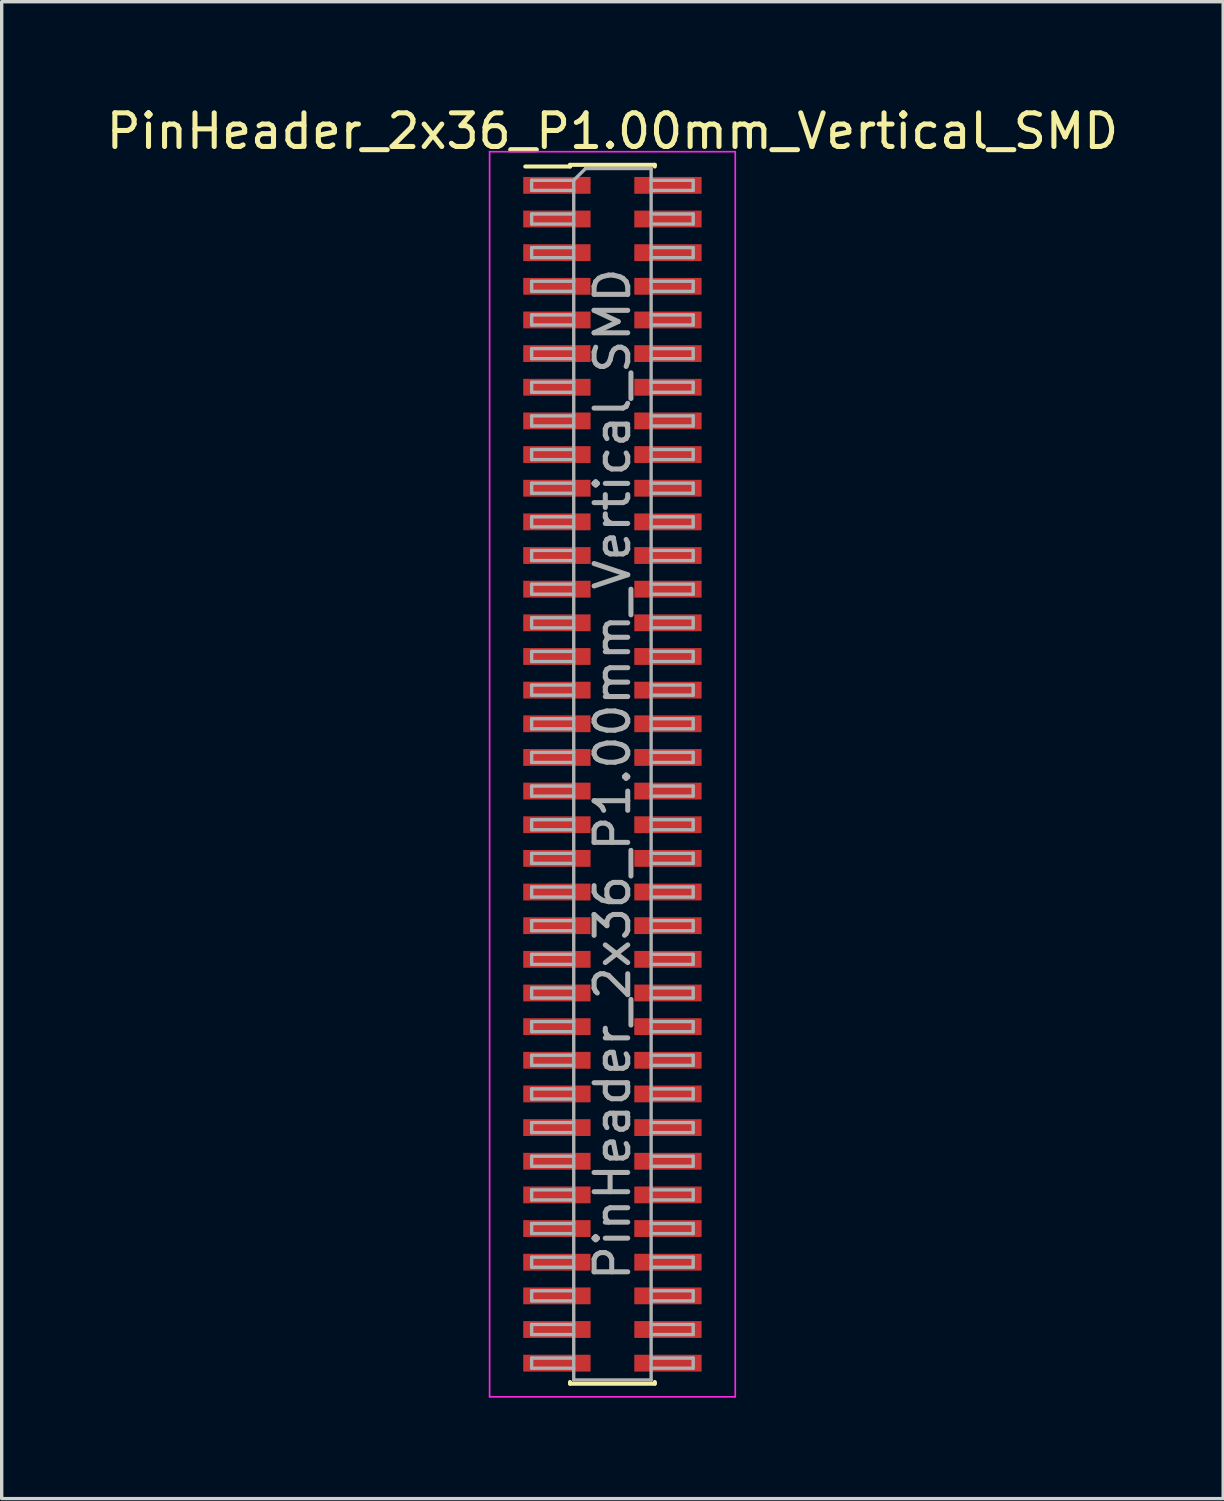
<source format=kicad_pcb>
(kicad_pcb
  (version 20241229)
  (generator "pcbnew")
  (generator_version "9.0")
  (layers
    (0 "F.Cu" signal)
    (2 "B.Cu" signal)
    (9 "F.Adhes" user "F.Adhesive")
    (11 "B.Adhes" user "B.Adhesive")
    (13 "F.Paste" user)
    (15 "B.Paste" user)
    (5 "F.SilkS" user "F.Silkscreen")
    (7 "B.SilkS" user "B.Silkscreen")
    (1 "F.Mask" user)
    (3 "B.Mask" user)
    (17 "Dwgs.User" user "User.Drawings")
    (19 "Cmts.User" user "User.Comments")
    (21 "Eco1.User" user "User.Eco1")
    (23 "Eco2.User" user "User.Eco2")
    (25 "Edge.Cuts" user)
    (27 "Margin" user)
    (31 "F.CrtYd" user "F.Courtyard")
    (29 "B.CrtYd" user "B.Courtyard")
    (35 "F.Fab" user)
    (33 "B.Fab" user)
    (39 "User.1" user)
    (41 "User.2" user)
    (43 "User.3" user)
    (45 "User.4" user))
  (footprint "PinHeader_2x36_P1.00mm_Vertical_SMD"
    (layer "F.Cu")
    (at 15.149 19.958)
    (property "Reference" "PinHeader_2x36_P1.00mm_Vertical_SMD" (at 0 -19.11 0) (layer "F.SilkS") (effects (font (size 1 1) (thickness 0.15))))
    (attr smd)
    (fp_line (start -2.59 -18.06) (end -1.26 -18.06) (stroke (width 0.12) (type solid)) (layer "F.SilkS"))
    (fp_line (start -1.26 -18.11) (end -1.26 -18.06) (stroke (width 0.12) (type solid)) (layer "F.SilkS"))
    (fp_line (start -1.26 -18.11) (end 1.26 -18.11) (stroke (width 0.12) (type solid)) (layer "F.SilkS"))
    (fp_line (start -1.26 18.06) (end -1.26 18.11) (stroke (width 0.12) (type solid)) (layer "F.SilkS"))
    (fp_line (start -1.26 18.11) (end 1.26 18.11) (stroke (width 0.12) (type solid)) (layer "F.SilkS"))
    (fp_line (start 1.26 -18.11) (end 1.26 -18.06) (stroke (width 0.12) (type solid)) (layer "F.SilkS"))
    (fp_line (start 1.26 18.06) (end 1.26 18.11) (stroke (width 0.12) (type solid)) (layer "F.SilkS"))
    (fp_line (start -3.65 -18.5) (end -3.65 18.5) (stroke (width 0.05) (type solid)) (layer "F.CrtYd"))
    (fp_line (start -3.65 18.5) (end 3.65 18.5) (stroke (width 0.05) (type solid)) (layer "F.CrtYd"))
    (fp_line (start 3.65 -18.5) (end -3.65 -18.5) (stroke (width 0.05) (type solid)) (layer "F.CrtYd"))
    (fp_line (start 3.65 18.5) (end 3.65 -18.5) (stroke (width 0.05) (type solid)) (layer "F.CrtYd"))
    (fp_line (start -2.4 -17.65) (end -2.4 -17.35) (stroke (width 0.1) (type solid)) (layer "F.Fab"))
    (fp_line (start -2.4 -17.35) (end -1.15 -17.35) (stroke (width 0.1) (type solid)) (layer "F.Fab"))
    (fp_line (start -2.4 -16.65) (end -2.4 -16.35) (stroke (width 0.1) (type solid)) (layer "F.Fab"))
    (fp_line (start -2.4 -16.35) (end -1.15 -16.35) (stroke (width 0.1) (type solid)) (layer "F.Fab"))
    (fp_line (start -2.4 -15.65) (end -2.4 -15.35) (stroke (width 0.1) (type solid)) (layer "F.Fab"))
    (fp_line (start -2.4 -15.35) (end -1.15 -15.35) (stroke (width 0.1) (type solid)) (layer "F.Fab"))
    (fp_line (start -2.4 -14.65) (end -2.4 -14.35) (stroke (width 0.1) (type solid)) (layer "F.Fab"))
    (fp_line (start -2.4 -14.35) (end -1.15 -14.35) (stroke (width 0.1) (type solid)) (layer "F.Fab"))
    (fp_line (start -2.4 -13.65) (end -2.4 -13.35) (stroke (width 0.1) (type solid)) (layer "F.Fab"))
    (fp_line (start -2.4 -13.35) (end -1.15 -13.35) (stroke (width 0.1) (type solid)) (layer "F.Fab"))
    (fp_line (start -2.4 -12.65) (end -2.4 -12.35) (stroke (width 0.1) (type solid)) (layer "F.Fab"))
    (fp_line (start -2.4 -12.35) (end -1.15 -12.35) (stroke (width 0.1) (type solid)) (layer "F.Fab"))
    (fp_line (start -2.4 -11.65) (end -2.4 -11.35) (stroke (width 0.1) (type solid)) (layer "F.Fab"))
    (fp_line (start -2.4 -11.35) (end -1.15 -11.35) (stroke (width 0.1) (type solid)) (layer "F.Fab"))
    (fp_line (start -2.4 -10.65) (end -2.4 -10.35) (stroke (width 0.1) (type solid)) (layer "F.Fab"))
    (fp_line (start -2.4 -10.35) (end -1.15 -10.35) (stroke (width 0.1) (type solid)) (layer "F.Fab"))
    (fp_line (start -2.4 -9.65) (end -2.4 -9.35) (stroke (width 0.1) (type solid)) (layer "F.Fab"))
    (fp_line (start -2.4 -9.35) (end -1.15 -9.35) (stroke (width 0.1) (type solid)) (layer "F.Fab"))
    (fp_line (start -2.4 -8.65) (end -2.4 -8.35) (stroke (width 0.1) (type solid)) (layer "F.Fab"))
    (fp_line (start -2.4 -8.35) (end -1.15 -8.35) (stroke (width 0.1) (type solid)) (layer "F.Fab"))
    (fp_line (start -2.4 -7.65) (end -2.4 -7.35) (stroke (width 0.1) (type solid)) (layer "F.Fab"))
    (fp_line (start -2.4 -7.35) (end -1.15 -7.35) (stroke (width 0.1) (type solid)) (layer "F.Fab"))
    (fp_line (start -2.4 -6.65) (end -2.4 -6.35) (stroke (width 0.1) (type solid)) (layer "F.Fab"))
    (fp_line (start -2.4 -6.35) (end -1.15 -6.35) (stroke (width 0.1) (type solid)) (layer "F.Fab"))
    (fp_line (start -2.4 -5.65) (end -2.4 -5.35) (stroke (width 0.1) (type solid)) (layer "F.Fab"))
    (fp_line (start -2.4 -5.35) (end -1.15 -5.35) (stroke (width 0.1) (type solid)) (layer "F.Fab"))
    (fp_line (start -2.4 -4.65) (end -2.4 -4.35) (stroke (width 0.1) (type solid)) (layer "F.Fab"))
    (fp_line (start -2.4 -4.35) (end -1.15 -4.35) (stroke (width 0.1) (type solid)) (layer "F.Fab"))
    (fp_line (start -2.4 -3.65) (end -2.4 -3.35) (stroke (width 0.1) (type solid)) (layer "F.Fab"))
    (fp_line (start -2.4 -3.35) (end -1.15 -3.35) (stroke (width 0.1) (type solid)) (layer "F.Fab"))
    (fp_line (start -2.4 -2.65) (end -2.4 -2.35) (stroke (width 0.1) (type solid)) (layer "F.Fab"))
    (fp_line (start -2.4 -2.35) (end -1.15 -2.35) (stroke (width 0.1) (type solid)) (layer "F.Fab"))
    (fp_line (start -2.4 -1.65) (end -2.4 -1.35) (stroke (width 0.1) (type solid)) (layer "F.Fab"))
    (fp_line (start -2.4 -1.35) (end -1.15 -1.35) (stroke (width 0.1) (type solid)) (layer "F.Fab"))
    (fp_line (start -2.4 -0.65) (end -2.4 -0.35) (stroke (width 0.1) (type solid)) (layer "F.Fab"))
    (fp_line (start -2.4 -0.35) (end -1.15 -0.35) (stroke (width 0.1) (type solid)) (layer "F.Fab"))
    (fp_line (start -2.4 0.35) (end -2.4 0.65) (stroke (width 0.1) (type solid)) (layer "F.Fab"))
    (fp_line (start -2.4 0.65) (end -1.15 0.65) (stroke (width 0.1) (type solid)) (layer "F.Fab"))
    (fp_line (start -2.4 1.35) (end -2.4 1.65) (stroke (width 0.1) (type solid)) (layer "F.Fab"))
    (fp_line (start -2.4 1.65) (end -1.15 1.65) (stroke (width 0.1) (type solid)) (layer "F.Fab"))
    (fp_line (start -2.4 2.35) (end -2.4 2.65) (stroke (width 0.1) (type solid)) (layer "F.Fab"))
    (fp_line (start -2.4 2.65) (end -1.15 2.65) (stroke (width 0.1) (type solid)) (layer "F.Fab"))
    (fp_line (start -2.4 3.35) (end -2.4 3.65) (stroke (width 0.1) (type solid)) (layer "F.Fab"))
    (fp_line (start -2.4 3.65) (end -1.15 3.65) (stroke (width 0.1) (type solid)) (layer "F.Fab"))
    (fp_line (start -2.4 4.35) (end -2.4 4.65) (stroke (width 0.1) (type solid)) (layer "F.Fab"))
    (fp_line (start -2.4 4.65) (end -1.15 4.65) (stroke (width 0.1) (type solid)) (layer "F.Fab"))
    (fp_line (start -2.4 5.35) (end -2.4 5.65) (stroke (width 0.1) (type solid)) (layer "F.Fab"))
    (fp_line (start -2.4 5.65) (end -1.15 5.65) (stroke (width 0.1) (type solid)) (layer "F.Fab"))
    (fp_line (start -2.4 6.35) (end -2.4 6.65) (stroke (width 0.1) (type solid)) (layer "F.Fab"))
    (fp_line (start -2.4 6.65) (end -1.15 6.65) (stroke (width 0.1) (type solid)) (layer "F.Fab"))
    (fp_line (start -2.4 7.35) (end -2.4 7.65) (stroke (width 0.1) (type solid)) (layer "F.Fab"))
    (fp_line (start -2.4 7.65) (end -1.15 7.65) (stroke (width 0.1) (type solid)) (layer "F.Fab"))
    (fp_line (start -2.4 8.35) (end -2.4 8.65) (stroke (width 0.1) (type solid)) (layer "F.Fab"))
    (fp_line (start -2.4 8.65) (end -1.15 8.65) (stroke (width 0.1) (type solid)) (layer "F.Fab"))
    (fp_line (start -2.4 9.35) (end -2.4 9.65) (stroke (width 0.1) (type solid)) (layer "F.Fab"))
    (fp_line (start -2.4 9.65) (end -1.15 9.65) (stroke (width 0.1) (type solid)) (layer "F.Fab"))
    (fp_line (start -2.4 10.35) (end -2.4 10.65) (stroke (width 0.1) (type solid)) (layer "F.Fab"))
    (fp_line (start -2.4 10.65) (end -1.15 10.65) (stroke (width 0.1) (type solid)) (layer "F.Fab"))
    (fp_line (start -2.4 11.35) (end -2.4 11.65) (stroke (width 0.1) (type solid)) (layer "F.Fab"))
    (fp_line (start -2.4 11.65) (end -1.15 11.65) (stroke (width 0.1) (type solid)) (layer "F.Fab"))
    (fp_line (start -2.4 12.35) (end -2.4 12.65) (stroke (width 0.1) (type solid)) (layer "F.Fab"))
    (fp_line (start -2.4 12.65) (end -1.15 12.65) (stroke (width 0.1) (type solid)) (layer "F.Fab"))
    (fp_line (start -2.4 13.35) (end -2.4 13.65) (stroke (width 0.1) (type solid)) (layer "F.Fab"))
    (fp_line (start -2.4 13.65) (end -1.15 13.65) (stroke (width 0.1) (type solid)) (layer "F.Fab"))
    (fp_line (start -2.4 14.35) (end -2.4 14.65) (stroke (width 0.1) (type solid)) (layer "F.Fab"))
    (fp_line (start -2.4 14.65) (end -1.15 14.65) (stroke (width 0.1) (type solid)) (layer "F.Fab"))
    (fp_line (start -2.4 15.35) (end -2.4 15.65) (stroke (width 0.1) (type solid)) (layer "F.Fab"))
    (fp_line (start -2.4 15.65) (end -1.15 15.65) (stroke (width 0.1) (type solid)) (layer "F.Fab"))
    (fp_line (start -2.4 16.35) (end -2.4 16.65) (stroke (width 0.1) (type solid)) (layer "F.Fab"))
    (fp_line (start -2.4 16.65) (end -1.15 16.65) (stroke (width 0.1) (type solid)) (layer "F.Fab"))
    (fp_line (start -2.4 17.35) (end -2.4 17.65) (stroke (width 0.1) (type solid)) (layer "F.Fab"))
    (fp_line (start -2.4 17.65) (end -1.15 17.65) (stroke (width 0.1) (type solid)) (layer "F.Fab"))
    (fp_line (start -1.15 -17.65) (end -2.4 -17.65) (stroke (width 0.1) (type solid)) (layer "F.Fab"))
    (fp_line (start -1.15 -17.65) (end -0.8 -18) (stroke (width 0.1) (type solid)) (layer "F.Fab"))
    (fp_line (start -1.15 -16.65) (end -2.4 -16.65) (stroke (width 0.1) (type solid)) (layer "F.Fab"))
    (fp_line (start -1.15 -15.65) (end -2.4 -15.65) (stroke (width 0.1) (type solid)) (layer "F.Fab"))
    (fp_line (start -1.15 -14.65) (end -2.4 -14.65) (stroke (width 0.1) (type solid)) (layer "F.Fab"))
    (fp_line (start -1.15 -13.65) (end -2.4 -13.65) (stroke (width 0.1) (type solid)) (layer "F.Fab"))
    (fp_line (start -1.15 -12.65) (end -2.4 -12.65) (stroke (width 0.1) (type solid)) (layer "F.Fab"))
    (fp_line (start -1.15 -11.65) (end -2.4 -11.65) (stroke (width 0.1) (type solid)) (layer "F.Fab"))
    (fp_line (start -1.15 -10.65) (end -2.4 -10.65) (stroke (width 0.1) (type solid)) (layer "F.Fab"))
    (fp_line (start -1.15 -9.65) (end -2.4 -9.65) (stroke (width 0.1) (type solid)) (layer "F.Fab"))
    (fp_line (start -1.15 -8.65) (end -2.4 -8.65) (stroke (width 0.1) (type solid)) (layer "F.Fab"))
    (fp_line (start -1.15 -7.65) (end -2.4 -7.65) (stroke (width 0.1) (type solid)) (layer "F.Fab"))
    (fp_line (start -1.15 -6.65) (end -2.4 -6.65) (stroke (width 0.1) (type solid)) (layer "F.Fab"))
    (fp_line (start -1.15 -5.65) (end -2.4 -5.65) (stroke (width 0.1) (type solid)) (layer "F.Fab"))
    (fp_line (start -1.15 -4.65) (end -2.4 -4.65) (stroke (width 0.1) (type solid)) (layer "F.Fab"))
    (fp_line (start -1.15 -3.65) (end -2.4 -3.65) (stroke (width 0.1) (type solid)) (layer "F.Fab"))
    (fp_line (start -1.15 -2.65) (end -2.4 -2.65) (stroke (width 0.1) (type solid)) (layer "F.Fab"))
    (fp_line (start -1.15 -1.65) (end -2.4 -1.65) (stroke (width 0.1) (type solid)) (layer "F.Fab"))
    (fp_line (start -1.15 -0.65) (end -2.4 -0.65) (stroke (width 0.1) (type solid)) (layer "F.Fab"))
    (fp_line (start -1.15 0.35) (end -2.4 0.35) (stroke (width 0.1) (type solid)) (layer "F.Fab"))
    (fp_line (start -1.15 1.35) (end -2.4 1.35) (stroke (width 0.1) (type solid)) (layer "F.Fab"))
    (fp_line (start -1.15 2.35) (end -2.4 2.35) (stroke (width 0.1) (type solid)) (layer "F.Fab"))
    (fp_line (start -1.15 3.35) (end -2.4 3.35) (stroke (width 0.1) (type solid)) (layer "F.Fab"))
    (fp_line (start -1.15 4.35) (end -2.4 4.35) (stroke (width 0.1) (type solid)) (layer "F.Fab"))
    (fp_line (start -1.15 5.35) (end -2.4 5.35) (stroke (width 0.1) (type solid)) (layer "F.Fab"))
    (fp_line (start -1.15 6.35) (end -2.4 6.35) (stroke (width 0.1) (type solid)) (layer "F.Fab"))
    (fp_line (start -1.15 7.35) (end -2.4 7.35) (stroke (width 0.1) (type solid)) (layer "F.Fab"))
    (fp_line (start -1.15 8.35) (end -2.4 8.35) (stroke (width 0.1) (type solid)) (layer "F.Fab"))
    (fp_line (start -1.15 9.35) (end -2.4 9.35) (stroke (width 0.1) (type solid)) (layer "F.Fab"))
    (fp_line (start -1.15 10.35) (end -2.4 10.35) (stroke (width 0.1) (type solid)) (layer "F.Fab"))
    (fp_line (start -1.15 11.35) (end -2.4 11.35) (stroke (width 0.1) (type solid)) (layer "F.Fab"))
    (fp_line (start -1.15 12.35) (end -2.4 12.35) (stroke (width 0.1) (type solid)) (layer "F.Fab"))
    (fp_line (start -1.15 13.35) (end -2.4 13.35) (stroke (width 0.1) (type solid)) (layer "F.Fab"))
    (fp_line (start -1.15 14.35) (end -2.4 14.35) (stroke (width 0.1) (type solid)) (layer "F.Fab"))
    (fp_line (start -1.15 15.35) (end -2.4 15.35) (stroke (width 0.1) (type solid)) (layer "F.Fab"))
    (fp_line (start -1.15 16.35) (end -2.4 16.35) (stroke (width 0.1) (type solid)) (layer "F.Fab"))
    (fp_line (start -1.15 17.35) (end -2.4 17.35) (stroke (width 0.1) (type solid)) (layer "F.Fab"))
    (fp_line (start -1.15 18) (end -1.15 -17.65) (stroke (width 0.1) (type solid)) (layer "F.Fab"))
    (fp_line (start -0.8 -18) (end 1.15 -18) (stroke (width 0.1) (type solid)) (layer "F.Fab"))
    (fp_line (start 1.15 -18) (end 1.15 18) (stroke (width 0.1) (type solid)) (layer "F.Fab"))
    (fp_line (start 1.15 -17.65) (end 2.4 -17.65) (stroke (width 0.1) (type solid)) (layer "F.Fab"))
    (fp_line (start 1.15 -16.65) (end 2.4 -16.65) (stroke (width 0.1) (type solid)) (layer "F.Fab"))
    (fp_line (start 1.15 -15.65) (end 2.4 -15.65) (stroke (width 0.1) (type solid)) (layer "F.Fab"))
    (fp_line (start 1.15 -14.65) (end 2.4 -14.65) (stroke (width 0.1) (type solid)) (layer "F.Fab"))
    (fp_line (start 1.15 -13.65) (end 2.4 -13.65) (stroke (width 0.1) (type solid)) (layer "F.Fab"))
    (fp_line (start 1.15 -12.65) (end 2.4 -12.65) (stroke (width 0.1) (type solid)) (layer "F.Fab"))
    (fp_line (start 1.15 -11.65) (end 2.4 -11.65) (stroke (width 0.1) (type solid)) (layer "F.Fab"))
    (fp_line (start 1.15 -10.65) (end 2.4 -10.65) (stroke (width 0.1) (type solid)) (layer "F.Fab"))
    (fp_line (start 1.15 -9.65) (end 2.4 -9.65) (stroke (width 0.1) (type solid)) (layer "F.Fab"))
    (fp_line (start 1.15 -8.65) (end 2.4 -8.65) (stroke (width 0.1) (type solid)) (layer "F.Fab"))
    (fp_line (start 1.15 -7.65) (end 2.4 -7.65) (stroke (width 0.1) (type solid)) (layer "F.Fab"))
    (fp_line (start 1.15 -6.65) (end 2.4 -6.65) (stroke (width 0.1) (type solid)) (layer "F.Fab"))
    (fp_line (start 1.15 -5.65) (end 2.4 -5.65) (stroke (width 0.1) (type solid)) (layer "F.Fab"))
    (fp_line (start 1.15 -4.65) (end 2.4 -4.65) (stroke (width 0.1) (type solid)) (layer "F.Fab"))
    (fp_line (start 1.15 -3.65) (end 2.4 -3.65) (stroke (width 0.1) (type solid)) (layer "F.Fab"))
    (fp_line (start 1.15 -2.65) (end 2.4 -2.65) (stroke (width 0.1) (type solid)) (layer "F.Fab"))
    (fp_line (start 1.15 -1.65) (end 2.4 -1.65) (stroke (width 0.1) (type solid)) (layer "F.Fab"))
    (fp_line (start 1.15 -0.65) (end 2.4 -0.65) (stroke (width 0.1) (type solid)) (layer "F.Fab"))
    (fp_line (start 1.15 0.35) (end 2.4 0.35) (stroke (width 0.1) (type solid)) (layer "F.Fab"))
    (fp_line (start 1.15 1.35) (end 2.4 1.35) (stroke (width 0.1) (type solid)) (layer "F.Fab"))
    (fp_line (start 1.15 2.35) (end 2.4 2.35) (stroke (width 0.1) (type solid)) (layer "F.Fab"))
    (fp_line (start 1.15 3.35) (end 2.4 3.35) (stroke (width 0.1) (type solid)) (layer "F.Fab"))
    (fp_line (start 1.15 4.35) (end 2.4 4.35) (stroke (width 0.1) (type solid)) (layer "F.Fab"))
    (fp_line (start 1.15 5.35) (end 2.4 5.35) (stroke (width 0.1) (type solid)) (layer "F.Fab"))
    (fp_line (start 1.15 6.35) (end 2.4 6.35) (stroke (width 0.1) (type solid)) (layer "F.Fab"))
    (fp_line (start 1.15 7.35) (end 2.4 7.35) (stroke (width 0.1) (type solid)) (layer "F.Fab"))
    (fp_line (start 1.15 8.35) (end 2.4 8.35) (stroke (width 0.1) (type solid)) (layer "F.Fab"))
    (fp_line (start 1.15 9.35) (end 2.4 9.35) (stroke (width 0.1) (type solid)) (layer "F.Fab"))
    (fp_line (start 1.15 10.35) (end 2.4 10.35) (stroke (width 0.1) (type solid)) (layer "F.Fab"))
    (fp_line (start 1.15 11.35) (end 2.4 11.35) (stroke (width 0.1) (type solid)) (layer "F.Fab"))
    (fp_line (start 1.15 12.35) (end 2.4 12.35) (stroke (width 0.1) (type solid)) (layer "F.Fab"))
    (fp_line (start 1.15 13.35) (end 2.4 13.35) (stroke (width 0.1) (type solid)) (layer "F.Fab"))
    (fp_line (start 1.15 14.35) (end 2.4 14.35) (stroke (width 0.1) (type solid)) (layer "F.Fab"))
    (fp_line (start 1.15 15.35) (end 2.4 15.35) (stroke (width 0.1) (type solid)) (layer "F.Fab"))
    (fp_line (start 1.15 16.35) (end 2.4 16.35) (stroke (width 0.1) (type solid)) (layer "F.Fab"))
    (fp_line (start 1.15 17.35) (end 2.4 17.35) (stroke (width 0.1) (type solid)) (layer "F.Fab"))
    (fp_line (start 1.15 18) (end -1.15 18) (stroke (width 0.1) (type solid)) (layer "F.Fab"))
    (fp_line (start 2.4 -17.65) (end 2.4 -17.35) (stroke (width 0.1) (type solid)) (layer "F.Fab"))
    (fp_line (start 2.4 -17.35) (end 1.15 -17.35) (stroke (width 0.1) (type solid)) (layer "F.Fab"))
    (fp_line (start 2.4 -16.65) (end 2.4 -16.35) (stroke (width 0.1) (type solid)) (layer "F.Fab"))
    (fp_line (start 2.4 -16.35) (end 1.15 -16.35) (stroke (width 0.1) (type solid)) (layer "F.Fab"))
    (fp_line (start 2.4 -15.65) (end 2.4 -15.35) (stroke (width 0.1) (type solid)) (layer "F.Fab"))
    (fp_line (start 2.4 -15.35) (end 1.15 -15.35) (stroke (width 0.1) (type solid)) (layer "F.Fab"))
    (fp_line (start 2.4 -14.65) (end 2.4 -14.35) (stroke (width 0.1) (type solid)) (layer "F.Fab"))
    (fp_line (start 2.4 -14.35) (end 1.15 -14.35) (stroke (width 0.1) (type solid)) (layer "F.Fab"))
    (fp_line (start 2.4 -13.65) (end 2.4 -13.35) (stroke (width 0.1) (type solid)) (layer "F.Fab"))
    (fp_line (start 2.4 -13.35) (end 1.15 -13.35) (stroke (width 0.1) (type solid)) (layer "F.Fab"))
    (fp_line (start 2.4 -12.65) (end 2.4 -12.35) (stroke (width 0.1) (type solid)) (layer "F.Fab"))
    (fp_line (start 2.4 -12.35) (end 1.15 -12.35) (stroke (width 0.1) (type solid)) (layer "F.Fab"))
    (fp_line (start 2.4 -11.65) (end 2.4 -11.35) (stroke (width 0.1) (type solid)) (layer "F.Fab"))
    (fp_line (start 2.4 -11.35) (end 1.15 -11.35) (stroke (width 0.1) (type solid)) (layer "F.Fab"))
    (fp_line (start 2.4 -10.65) (end 2.4 -10.35) (stroke (width 0.1) (type solid)) (layer "F.Fab"))
    (fp_line (start 2.4 -10.35) (end 1.15 -10.35) (stroke (width 0.1) (type solid)) (layer "F.Fab"))
    (fp_line (start 2.4 -9.65) (end 2.4 -9.35) (stroke (width 0.1) (type solid)) (layer "F.Fab"))
    (fp_line (start 2.4 -9.35) (end 1.15 -9.35) (stroke (width 0.1) (type solid)) (layer "F.Fab"))
    (fp_line (start 2.4 -8.65) (end 2.4 -8.35) (stroke (width 0.1) (type solid)) (layer "F.Fab"))
    (fp_line (start 2.4 -8.35) (end 1.15 -8.35) (stroke (width 0.1) (type solid)) (layer "F.Fab"))
    (fp_line (start 2.4 -7.65) (end 2.4 -7.35) (stroke (width 0.1) (type solid)) (layer "F.Fab"))
    (fp_line (start 2.4 -7.35) (end 1.15 -7.35) (stroke (width 0.1) (type solid)) (layer "F.Fab"))
    (fp_line (start 2.4 -6.65) (end 2.4 -6.35) (stroke (width 0.1) (type solid)) (layer "F.Fab"))
    (fp_line (start 2.4 -6.35) (end 1.15 -6.35) (stroke (width 0.1) (type solid)) (layer "F.Fab"))
    (fp_line (start 2.4 -5.65) (end 2.4 -5.35) (stroke (width 0.1) (type solid)) (layer "F.Fab"))
    (fp_line (start 2.4 -5.35) (end 1.15 -5.35) (stroke (width 0.1) (type solid)) (layer "F.Fab"))
    (fp_line (start 2.4 -4.65) (end 2.4 -4.35) (stroke (width 0.1) (type solid)) (layer "F.Fab"))
    (fp_line (start 2.4 -4.35) (end 1.15 -4.35) (stroke (width 0.1) (type solid)) (layer "F.Fab"))
    (fp_line (start 2.4 -3.65) (end 2.4 -3.35) (stroke (width 0.1) (type solid)) (layer "F.Fab"))
    (fp_line (start 2.4 -3.35) (end 1.15 -3.35) (stroke (width 0.1) (type solid)) (layer "F.Fab"))
    (fp_line (start 2.4 -2.65) (end 2.4 -2.35) (stroke (width 0.1) (type solid)) (layer "F.Fab"))
    (fp_line (start 2.4 -2.35) (end 1.15 -2.35) (stroke (width 0.1) (type solid)) (layer "F.Fab"))
    (fp_line (start 2.4 -1.65) (end 2.4 -1.35) (stroke (width 0.1) (type solid)) (layer "F.Fab"))
    (fp_line (start 2.4 -1.35) (end 1.15 -1.35) (stroke (width 0.1) (type solid)) (layer "F.Fab"))
    (fp_line (start 2.4 -0.65) (end 2.4 -0.35) (stroke (width 0.1) (type solid)) (layer "F.Fab"))
    (fp_line (start 2.4 -0.35) (end 1.15 -0.35) (stroke (width 0.1) (type solid)) (layer "F.Fab"))
    (fp_line (start 2.4 0.35) (end 2.4 0.65) (stroke (width 0.1) (type solid)) (layer "F.Fab"))
    (fp_line (start 2.4 0.65) (end 1.15 0.65) (stroke (width 0.1) (type solid)) (layer "F.Fab"))
    (fp_line (start 2.4 1.35) (end 2.4 1.65) (stroke (width 0.1) (type solid)) (layer "F.Fab"))
    (fp_line (start 2.4 1.65) (end 1.15 1.65) (stroke (width 0.1) (type solid)) (layer "F.Fab"))
    (fp_line (start 2.4 2.35) (end 2.4 2.65) (stroke (width 0.1) (type solid)) (layer "F.Fab"))
    (fp_line (start 2.4 2.65) (end 1.15 2.65) (stroke (width 0.1) (type solid)) (layer "F.Fab"))
    (fp_line (start 2.4 3.35) (end 2.4 3.65) (stroke (width 0.1) (type solid)) (layer "F.Fab"))
    (fp_line (start 2.4 3.65) (end 1.15 3.65) (stroke (width 0.1) (type solid)) (layer "F.Fab"))
    (fp_line (start 2.4 4.35) (end 2.4 4.65) (stroke (width 0.1) (type solid)) (layer "F.Fab"))
    (fp_line (start 2.4 4.65) (end 1.15 4.65) (stroke (width 0.1) (type solid)) (layer "F.Fab"))
    (fp_line (start 2.4 5.35) (end 2.4 5.65) (stroke (width 0.1) (type solid)) (layer "F.Fab"))
    (fp_line (start 2.4 5.65) (end 1.15 5.65) (stroke (width 0.1) (type solid)) (layer "F.Fab"))
    (fp_line (start 2.4 6.35) (end 2.4 6.65) (stroke (width 0.1) (type solid)) (layer "F.Fab"))
    (fp_line (start 2.4 6.65) (end 1.15 6.65) (stroke (width 0.1) (type solid)) (layer "F.Fab"))
    (fp_line (start 2.4 7.35) (end 2.4 7.65) (stroke (width 0.1) (type solid)) (layer "F.Fab"))
    (fp_line (start 2.4 7.65) (end 1.15 7.65) (stroke (width 0.1) (type solid)) (layer "F.Fab"))
    (fp_line (start 2.4 8.35) (end 2.4 8.65) (stroke (width 0.1) (type solid)) (layer "F.Fab"))
    (fp_line (start 2.4 8.65) (end 1.15 8.65) (stroke (width 0.1) (type solid)) (layer "F.Fab"))
    (fp_line (start 2.4 9.35) (end 2.4 9.65) (stroke (width 0.1) (type solid)) (layer "F.Fab"))
    (fp_line (start 2.4 9.65) (end 1.15 9.65) (stroke (width 0.1) (type solid)) (layer "F.Fab"))
    (fp_line (start 2.4 10.35) (end 2.4 10.65) (stroke (width 0.1) (type solid)) (layer "F.Fab"))
    (fp_line (start 2.4 10.65) (end 1.15 10.65) (stroke (width 0.1) (type solid)) (layer "F.Fab"))
    (fp_line (start 2.4 11.35) (end 2.4 11.65) (stroke (width 0.1) (type solid)) (layer "F.Fab"))
    (fp_line (start 2.4 11.65) (end 1.15 11.65) (stroke (width 0.1) (type solid)) (layer "F.Fab"))
    (fp_line (start 2.4 12.35) (end 2.4 12.65) (stroke (width 0.1) (type solid)) (layer "F.Fab"))
    (fp_line (start 2.4 12.65) (end 1.15 12.65) (stroke (width 0.1) (type solid)) (layer "F.Fab"))
    (fp_line (start 2.4 13.35) (end 2.4 13.65) (stroke (width 0.1) (type solid)) (layer "F.Fab"))
    (fp_line (start 2.4 13.65) (end 1.15 13.65) (stroke (width 0.1) (type solid)) (layer "F.Fab"))
    (fp_line (start 2.4 14.35) (end 2.4 14.65) (stroke (width 0.1) (type solid)) (layer "F.Fab"))
    (fp_line (start 2.4 14.65) (end 1.15 14.65) (stroke (width 0.1) (type solid)) (layer "F.Fab"))
    (fp_line (start 2.4 15.35) (end 2.4 15.65) (stroke (width 0.1) (type solid)) (layer "F.Fab"))
    (fp_line (start 2.4 15.65) (end 1.15 15.65) (stroke (width 0.1) (type solid)) (layer "F.Fab"))
    (fp_line (start 2.4 16.35) (end 2.4 16.65) (stroke (width 0.1) (type solid)) (layer "F.Fab"))
    (fp_line (start 2.4 16.65) (end 1.15 16.65) (stroke (width 0.1) (type solid)) (layer "F.Fab"))
    (fp_line (start 2.4 17.35) (end 2.4 17.65) (stroke (width 0.1) (type solid)) (layer "F.Fab"))
    (fp_line (start 2.4 17.65) (end 1.15 17.65) (stroke (width 0.1) (type solid)) (layer "F.Fab"))
    (fp_text user "${REFERENCE}" (at 0 0 90) (layer "F.Fab") (effects (font (size 1 1) (thickness 0.15))))
    (pad "1" smd rect (at -1.65 -17.5) (size 2 0.5) (layers "F.Cu" "F.Mask" "F.Paste"))
    (pad "2" smd rect (at 1.65 -17.5) (size 2 0.5) (layers "F.Cu" "F.Mask" "F.Paste"))
    (pad "3" smd rect (at -1.65 -16.5) (size 2 0.5) (layers "F.Cu" "F.Mask" "F.Paste"))
    (pad "4" smd rect (at 1.65 -16.5) (size 2 0.5) (layers "F.Cu" "F.Mask" "F.Paste"))
    (pad "5" smd rect (at -1.65 -15.5) (size 2 0.5) (layers "F.Cu" "F.Mask" "F.Paste"))
    (pad "6" smd rect (at 1.65 -15.5) (size 2 0.5) (layers "F.Cu" "F.Mask" "F.Paste"))
    (pad "7" smd rect (at -1.65 -14.5) (size 2 0.5) (layers "F.Cu" "F.Mask" "F.Paste"))
    (pad "8" smd rect (at 1.65 -14.5) (size 2 0.5) (layers "F.Cu" "F.Mask" "F.Paste"))
    (pad "9" smd rect (at -1.65 -13.5) (size 2 0.5) (layers "F.Cu" "F.Mask" "F.Paste"))
    (pad "10" smd rect (at 1.65 -13.5) (size 2 0.5) (layers "F.Cu" "F.Mask" "F.Paste"))
    (pad "11" smd rect (at -1.65 -12.5) (size 2 0.5) (layers "F.Cu" "F.Mask" "F.Paste"))
    (pad "12" smd rect (at 1.65 -12.5) (size 2 0.5) (layers "F.Cu" "F.Mask" "F.Paste"))
    (pad "13" smd rect (at -1.65 -11.5) (size 2 0.5) (layers "F.Cu" "F.Mask" "F.Paste"))
    (pad "14" smd rect (at 1.65 -11.5) (size 2 0.5) (layers "F.Cu" "F.Mask" "F.Paste"))
    (pad "15" smd rect (at -1.65 -10.5) (size 2 0.5) (layers "F.Cu" "F.Mask" "F.Paste"))
    (pad "16" smd rect (at 1.65 -10.5) (size 2 0.5) (layers "F.Cu" "F.Mask" "F.Paste"))
    (pad "17" smd rect (at -1.65 -9.5) (size 2 0.5) (layers "F.Cu" "F.Mask" "F.Paste"))
    (pad "18" smd rect (at 1.65 -9.5) (size 2 0.5) (layers "F.Cu" "F.Mask" "F.Paste"))
    (pad "19" smd rect (at -1.65 -8.5) (size 2 0.5) (layers "F.Cu" "F.Mask" "F.Paste"))
    (pad "20" smd rect (at 1.65 -8.5) (size 2 0.5) (layers "F.Cu" "F.Mask" "F.Paste"))
    (pad "21" smd rect (at -1.65 -7.5) (size 2 0.5) (layers "F.Cu" "F.Mask" "F.Paste"))
    (pad "22" smd rect (at 1.65 -7.5) (size 2 0.5) (layers "F.Cu" "F.Mask" "F.Paste"))
    (pad "23" smd rect (at -1.65 -6.5) (size 2 0.5) (layers "F.Cu" "F.Mask" "F.Paste"))
    (pad "24" smd rect (at 1.65 -6.5) (size 2 0.5) (layers "F.Cu" "F.Mask" "F.Paste"))
    (pad "25" smd rect (at -1.65 -5.5) (size 2 0.5) (layers "F.Cu" "F.Mask" "F.Paste"))
    (pad "26" smd rect (at 1.65 -5.5) (size 2 0.5) (layers "F.Cu" "F.Mask" "F.Paste"))
    (pad "27" smd rect (at -1.65 -4.5) (size 2 0.5) (layers "F.Cu" "F.Mask" "F.Paste"))
    (pad "28" smd rect (at 1.65 -4.5) (size 2 0.5) (layers "F.Cu" "F.Mask" "F.Paste"))
    (pad "29" smd rect (at -1.65 -3.5) (size 2 0.5) (layers "F.Cu" "F.Mask" "F.Paste"))
    (pad "30" smd rect (at 1.65 -3.5) (size 2 0.5) (layers "F.Cu" "F.Mask" "F.Paste"))
    (pad "31" smd rect (at -1.65 -2.5) (size 2 0.5) (layers "F.Cu" "F.Mask" "F.Paste"))
    (pad "32" smd rect (at 1.65 -2.5) (size 2 0.5) (layers "F.Cu" "F.Mask" "F.Paste"))
    (pad "33" smd rect (at -1.65 -1.5) (size 2 0.5) (layers "F.Cu" "F.Mask" "F.Paste"))
    (pad "34" smd rect (at 1.65 -1.5) (size 2 0.5) (layers "F.Cu" "F.Mask" "F.Paste"))
    (pad "35" smd rect (at -1.65 -0.5) (size 2 0.5) (layers "F.Cu" "F.Mask" "F.Paste"))
    (pad "36" smd rect (at 1.65 -0.5) (size 2 0.5) (layers "F.Cu" "F.Mask" "F.Paste"))
    (pad "37" smd rect (at -1.65 0.5) (size 2 0.5) (layers "F.Cu" "F.Mask" "F.Paste"))
    (pad "38" smd rect (at 1.65 0.5) (size 2 0.5) (layers "F.Cu" "F.Mask" "F.Paste"))
    (pad "39" smd rect (at -1.65 1.5) (size 2 0.5) (layers "F.Cu" "F.Mask" "F.Paste"))
    (pad "40" smd rect (at 1.65 1.5) (size 2 0.5) (layers "F.Cu" "F.Mask" "F.Paste"))
    (pad "41" smd rect (at -1.65 2.5) (size 2 0.5) (layers "F.Cu" "F.Mask" "F.Paste"))
    (pad "42" smd rect (at 1.65 2.5) (size 2 0.5) (layers "F.Cu" "F.Mask" "F.Paste"))
    (pad "43" smd rect (at -1.65 3.5) (size 2 0.5) (layers "F.Cu" "F.Mask" "F.Paste"))
    (pad "44" smd rect (at 1.65 3.5) (size 2 0.5) (layers "F.Cu" "F.Mask" "F.Paste"))
    (pad "45" smd rect (at -1.65 4.5) (size 2 0.5) (layers "F.Cu" "F.Mask" "F.Paste"))
    (pad "46" smd rect (at 1.65 4.5) (size 2 0.5) (layers "F.Cu" "F.Mask" "F.Paste"))
    (pad "47" smd rect (at -1.65 5.5) (size 2 0.5) (layers "F.Cu" "F.Mask" "F.Paste"))
    (pad "48" smd rect (at 1.65 5.5) (size 2 0.5) (layers "F.Cu" "F.Mask" "F.Paste"))
    (pad "49" smd rect (at -1.65 6.5) (size 2 0.5) (layers "F.Cu" "F.Mask" "F.Paste"))
    (pad "50" smd rect (at 1.65 6.5) (size 2 0.5) (layers "F.Cu" "F.Mask" "F.Paste"))
    (pad "51" smd rect (at -1.65 7.5) (size 2 0.5) (layers "F.Cu" "F.Mask" "F.Paste"))
    (pad "52" smd rect (at 1.65 7.5) (size 2 0.5) (layers "F.Cu" "F.Mask" "F.Paste"))
    (pad "53" smd rect (at -1.65 8.5) (size 2 0.5) (layers "F.Cu" "F.Mask" "F.Paste"))
    (pad "54" smd rect (at 1.65 8.5) (size 2 0.5) (layers "F.Cu" "F.Mask" "F.Paste"))
    (pad "55" smd rect (at -1.65 9.5) (size 2 0.5) (layers "F.Cu" "F.Mask" "F.Paste"))
    (pad "56" smd rect (at 1.65 9.5) (size 2 0.5) (layers "F.Cu" "F.Mask" "F.Paste"))
    (pad "57" smd rect (at -1.65 10.5) (size 2 0.5) (layers "F.Cu" "F.Mask" "F.Paste"))
    (pad "58" smd rect (at 1.65 10.5) (size 2 0.5) (layers "F.Cu" "F.Mask" "F.Paste"))
    (pad "59" smd rect (at -1.65 11.5) (size 2 0.5) (layers "F.Cu" "F.Mask" "F.Paste"))
    (pad "60" smd rect (at 1.65 11.5) (size 2 0.5) (layers "F.Cu" "F.Mask" "F.Paste"))
    (pad "61" smd rect (at -1.65 12.5) (size 2 0.5) (layers "F.Cu" "F.Mask" "F.Paste"))
    (pad "62" smd rect (at 1.65 12.5) (size 2 0.5) (layers "F.Cu" "F.Mask" "F.Paste"))
    (pad "63" smd rect (at -1.65 13.5) (size 2 0.5) (layers "F.Cu" "F.Mask" "F.Paste"))
    (pad "64" smd rect (at 1.65 13.5) (size 2 0.5) (layers "F.Cu" "F.Mask" "F.Paste"))
    (pad "65" smd rect (at -1.65 14.5) (size 2 0.5) (layers "F.Cu" "F.Mask" "F.Paste"))
    (pad "66" smd rect (at 1.65 14.5) (size 2 0.5) (layers "F.Cu" "F.Mask" "F.Paste"))
    (pad "67" smd rect (at -1.65 15.5) (size 2 0.5) (layers "F.Cu" "F.Mask" "F.Paste"))
    (pad "68" smd rect (at 1.65 15.5) (size 2 0.5) (layers "F.Cu" "F.Mask" "F.Paste"))
    (pad "69" smd rect (at -1.65 16.5) (size 2 0.5) (layers "F.Cu" "F.Mask" "F.Paste"))
    (pad "70" smd rect (at 1.65 16.5) (size 2 0.5) (layers "F.Cu" "F.Mask" "F.Paste"))
    (pad "71" smd rect (at -1.65 17.5) (size 2 0.5) (layers "F.Cu" "F.Mask" "F.Paste"))
    (pad "72" smd rect (at 1.65 17.5) (size 2 0.5) (layers "F.Cu" "F.Mask" "F.Paste")))
  (gr_rect
    (start -3 -3)
    (end 33.298 41.483)
    (stroke (width 0.1) (type default))
    (fill no)
    (layer "Edge.Cuts")))
</source>
